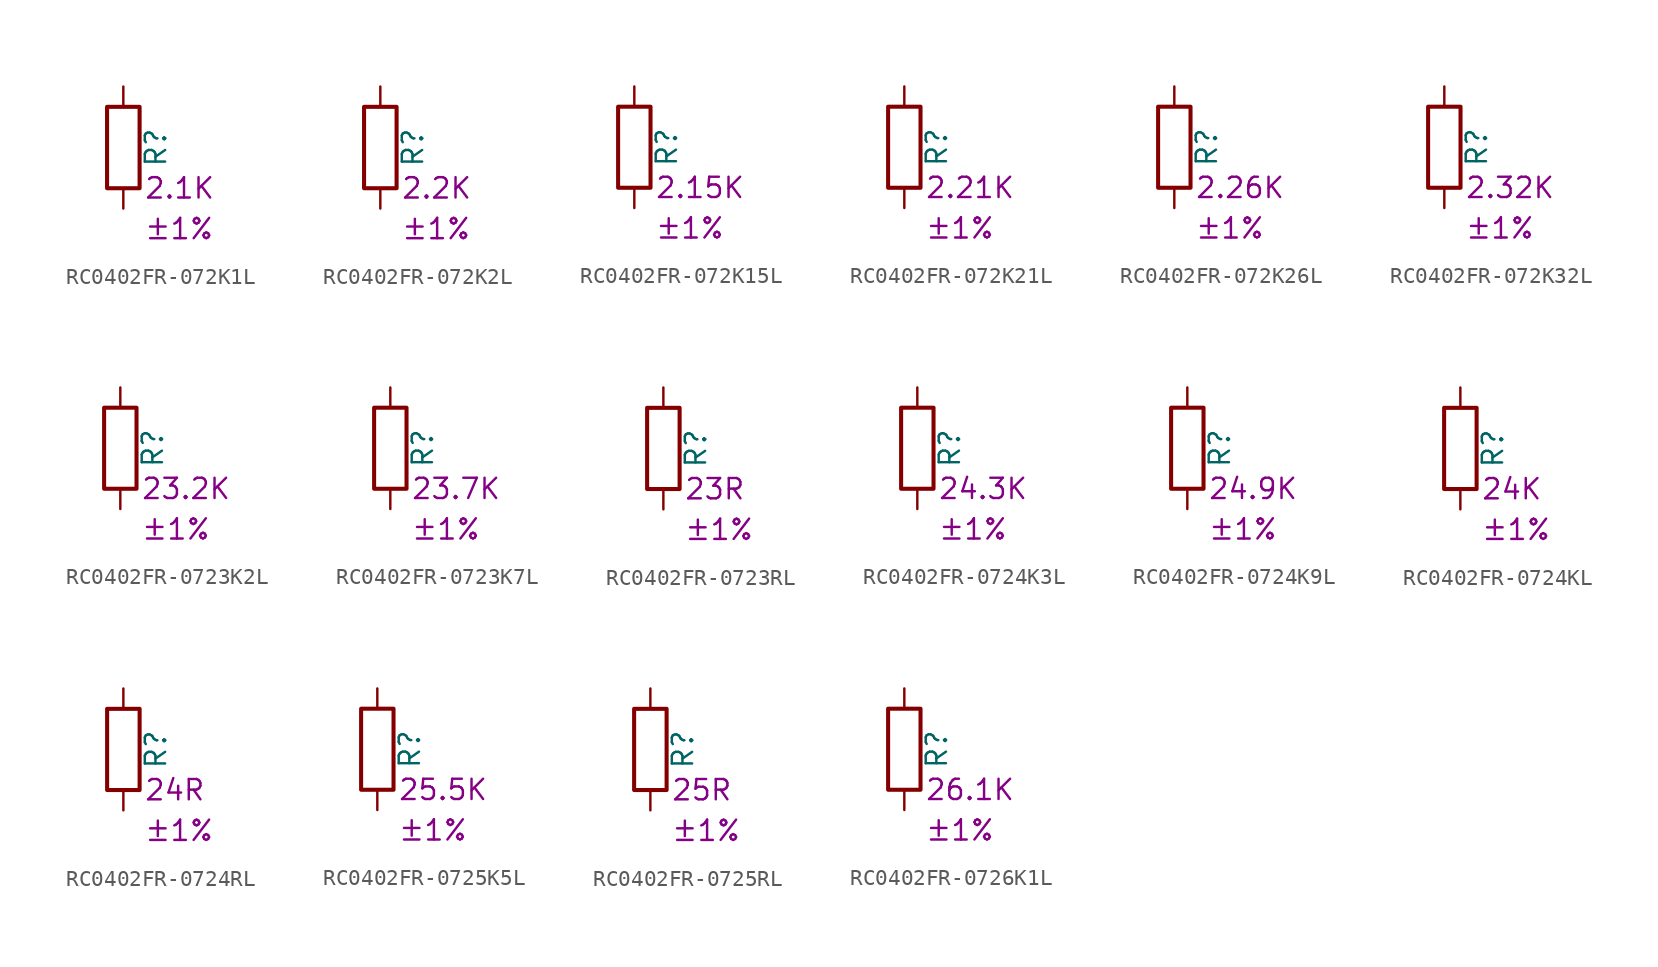
<source format=kicad_sym>
(kicad_symbol_lib
  (version 20220914)
  (generator kicad_symbol_editor)
  (symbol "RC0402FR-072K1L"
    (pin_numbers hide)
    (pin_names
      (offset 0))
    (property "Reference" "R"
      (at 2.032 0 90)
      (effects (font (size 1.27 1.27))))
    (property "Resistance" "2.1K"
      (at 1.27 -2.54 0)
      (effects (font (size 1.27 1.27)) (justify left)))
    (property "Tolerance" "±1%"
      (at 1.27 -5.08 0)
      (effects (font (size 1.27 1.27)) (justify left)))
    (symbol "RC0402FR-072K1L_0_1"
      (rectangle (start -1.016 -2.54) (end 1.016 2.54) (stroke (width 0.254) (type default)) (fill (type none))))
    (symbol "RC0402FR-072K1L_1_1"
      (pin passive line (at 0 3.81 270) (length 1.27) (name "~" (effects (font (size 1.27 1.27)))) (number "1" (effects (font (size 1.27 1.27)))))
      (pin passive line (at 0 -3.81 90) (length 1.27) (name "~" (effects (font (size 1.27 1.27)))) (number "2" (effects (font (size 1.27 1.27)))))))
  (symbol "RC0402FR-072K2L"
    (pin_numbers hide)
    (pin_names
      (offset 0))
    (property "Reference" "R"
      (at 2.032 0 90)
      (effects (font (size 1.27 1.27))))
    (property "Resistance" "2.2K"
      (at 1.27 -2.54 0)
      (effects (font (size 1.27 1.27)) (justify left)))
    (property "Tolerance" "±1%"
      (at 1.27 -5.08 0)
      (effects (font (size 1.27 1.27)) (justify left)))
    (symbol "RC0402FR-072K2L_0_1"
      (rectangle (start -1.016 -2.54) (end 1.016 2.54) (stroke (width 0.254) (type default)) (fill (type none))))
    (symbol "RC0402FR-072K2L_1_1"
      (pin passive line (at 0 3.81 270) (length 1.27) (name "~" (effects (font (size 1.27 1.27)))) (number "1" (effects (font (size 1.27 1.27)))))
      (pin passive line (at 0 -3.81 90) (length 1.27) (name "~" (effects (font (size 1.27 1.27)))) (number "2" (effects (font (size 1.27 1.27)))))))
  (symbol "RC0402FR-072K15L"
    (pin_numbers hide)
    (pin_names
      (offset 0))
    (property "Reference" "R"
      (at 2.032 0 90)
      (effects (font (size 1.27 1.27))))
    (property "Resistance" "2.15K"
      (at 1.27 -2.54 0)
      (effects (font (size 1.27 1.27)) (justify left)))
    (property "Tolerance" "±1%"
      (at 1.27 -5.08 0)
      (effects (font (size 1.27 1.27)) (justify left)))
    (symbol "RC0402FR-072K15L_0_1"
      (rectangle (start -1.016 -2.54) (end 1.016 2.54) (stroke (width 0.254) (type default)) (fill (type none))))
    (symbol "RC0402FR-072K15L_1_1"
      (pin passive line (at 0 3.81 270) (length 1.27) (name "~" (effects (font (size 1.27 1.27)))) (number "1" (effects (font (size 1.27 1.27)))))
      (pin passive line (at 0 -3.81 90) (length 1.27) (name "~" (effects (font (size 1.27 1.27)))) (number "2" (effects (font (size 1.27 1.27)))))))
  (symbol "RC0402FR-072K21L"
    (pin_numbers hide)
    (pin_names
      (offset 0))
    (property "Reference" "R"
      (at 2.032 0 90)
      (effects (font (size 1.27 1.27))))
    (property "Resistance" "2.21K"
      (at 1.27 -2.54 0)
      (effects (font (size 1.27 1.27)) (justify left)))
    (property "Tolerance" "±1%"
      (at 1.27 -5.08 0)
      (effects (font (size 1.27 1.27)) (justify left)))
    (symbol "RC0402FR-072K21L_0_1"
      (rectangle (start -1.016 -2.54) (end 1.016 2.54) (stroke (width 0.254) (type default)) (fill (type none))))
    (symbol "RC0402FR-072K21L_1_1"
      (pin passive line (at 0 3.81 270) (length 1.27) (name "~" (effects (font (size 1.27 1.27)))) (number "1" (effects (font (size 1.27 1.27)))))
      (pin passive line (at 0 -3.81 90) (length 1.27) (name "~" (effects (font (size 1.27 1.27)))) (number "2" (effects (font (size 1.27 1.27)))))))
  (symbol "RC0402FR-072K26L"
    (pin_numbers hide)
    (pin_names
      (offset 0))
    (property "Reference" "R"
      (at 2.032 0 90)
      (effects (font (size 1.27 1.27))))
    (property "Resistance" "2.26K"
      (at 1.27 -2.54 0)
      (effects (font (size 1.27 1.27)) (justify left)))
    (property "Tolerance" "±1%"
      (at 1.27 -5.08 0)
      (effects (font (size 1.27 1.27)) (justify left)))
    (symbol "RC0402FR-072K26L_0_1"
      (rectangle (start -1.016 -2.54) (end 1.016 2.54) (stroke (width 0.254) (type default)) (fill (type none))))
    (symbol "RC0402FR-072K26L_1_1"
      (pin passive line (at 0 3.81 270) (length 1.27) (name "~" (effects (font (size 1.27 1.27)))) (number "1" (effects (font (size 1.27 1.27)))))
      (pin passive line (at 0 -3.81 90) (length 1.27) (name "~" (effects (font (size 1.27 1.27)))) (number "2" (effects (font (size 1.27 1.27)))))))
  (symbol "RC0402FR-072K32L"
    (pin_numbers hide)
    (pin_names
      (offset 0))
    (property "Reference" "R"
      (at 2.032 0 90)
      (effects (font (size 1.27 1.27))))
    (property "Resistance" "2.32K"
      (at 1.27 -2.54 0)
      (effects (font (size 1.27 1.27)) (justify left)))
    (property "Tolerance" "±1%"
      (at 1.27 -5.08 0)
      (effects (font (size 1.27 1.27)) (justify left)))
    (symbol "RC0402FR-072K32L_0_1"
      (rectangle (start -1.016 -2.54) (end 1.016 2.54) (stroke (width 0.254) (type default)) (fill (type none))))
    (symbol "RC0402FR-072K32L_1_1"
      (pin passive line (at 0 3.81 270) (length 1.27) (name "~" (effects (font (size 1.27 1.27)))) (number "1" (effects (font (size 1.27 1.27)))))
      (pin passive line (at 0 -3.81 90) (length 1.27) (name "~" (effects (font (size 1.27 1.27)))) (number "2" (effects (font (size 1.27 1.27)))))))
  (symbol "RC0402FR-0723K2L"
    (pin_numbers hide)
    (pin_names
      (offset 0))
    (property "Reference" "R"
      (at 2.032 0 90)
      (effects (font (size 1.27 1.27))))
    (property "Resistance" "23.2K"
      (at 1.27 -2.54 0)
      (effects (font (size 1.27 1.27)) (justify left)))
    (property "Tolerance" "±1%"
      (at 1.27 -5.08 0)
      (effects (font (size 1.27 1.27)) (justify left)))
    (symbol "RC0402FR-0723K2L_0_1"
      (rectangle (start -1.016 -2.54) (end 1.016 2.54) (stroke (width 0.254) (type default)) (fill (type none))))
    (symbol "RC0402FR-0723K2L_1_1"
      (pin passive line (at 0 3.81 270) (length 1.27) (name "~" (effects (font (size 1.27 1.27)))) (number "1" (effects (font (size 1.27 1.27)))))
      (pin passive line (at 0 -3.81 90) (length 1.27) (name "~" (effects (font (size 1.27 1.27)))) (number "2" (effects (font (size 1.27 1.27)))))))
  (symbol "RC0402FR-0723K7L"
    (pin_numbers hide)
    (pin_names
      (offset 0))
    (property "Reference" "R"
      (at 2.032 0 90)
      (effects (font (size 1.27 1.27))))
    (property "Resistance" "23.7K"
      (at 1.27 -2.54 0)
      (effects (font (size 1.27 1.27)) (justify left)))
    (property "Tolerance" "±1%"
      (at 1.27 -5.08 0)
      (effects (font (size 1.27 1.27)) (justify left)))
    (symbol "RC0402FR-0723K7L_0_1"
      (rectangle (start -1.016 -2.54) (end 1.016 2.54) (stroke (width 0.254) (type default)) (fill (type none))))
    (symbol "RC0402FR-0723K7L_1_1"
      (pin passive line (at 0 3.81 270) (length 1.27) (name "~" (effects (font (size 1.27 1.27)))) (number "1" (effects (font (size 1.27 1.27)))))
      (pin passive line (at 0 -3.81 90) (length 1.27) (name "~" (effects (font (size 1.27 1.27)))) (number "2" (effects (font (size 1.27 1.27)))))))
  (symbol "RC0402FR-0723RL"
    (pin_numbers hide)
    (pin_names
      (offset 0))
    (property "Reference" "R"
      (at 2.032 0 90)
      (effects (font (size 1.27 1.27))))
    (property "Resistance" "23R"
      (at 1.27 -2.54 0)
      (effects (font (size 1.27 1.27)) (justify left)))
    (property "Tolerance" "±1%"
      (at 1.27 -5.08 0)
      (effects (font (size 1.27 1.27)) (justify left)))
    (symbol "RC0402FR-0723RL_0_1"
      (rectangle (start -1.016 -2.54) (end 1.016 2.54) (stroke (width 0.254) (type default)) (fill (type none))))
    (symbol "RC0402FR-0723RL_1_1"
      (pin passive line (at 0 3.81 270) (length 1.27) (name "~" (effects (font (size 1.27 1.27)))) (number "1" (effects (font (size 1.27 1.27)))))
      (pin passive line (at 0 -3.81 90) (length 1.27) (name "~" (effects (font (size 1.27 1.27)))) (number "2" (effects (font (size 1.27 1.27)))))))
  (symbol "RC0402FR-0724K3L"
    (pin_numbers hide)
    (pin_names
      (offset 0))
    (property "Reference" "R"
      (at 2.032 0 90)
      (effects (font (size 1.27 1.27))))
    (property "Resistance" "24.3K"
      (at 1.27 -2.54 0)
      (effects (font (size 1.27 1.27)) (justify left)))
    (property "Tolerance" "±1%"
      (at 1.27 -5.08 0)
      (effects (font (size 1.27 1.27)) (justify left)))
    (symbol "RC0402FR-0724K3L_0_1"
      (rectangle (start -1.016 -2.54) (end 1.016 2.54) (stroke (width 0.254) (type default)) (fill (type none))))
    (symbol "RC0402FR-0724K3L_1_1"
      (pin passive line (at 0 3.81 270) (length 1.27) (name "~" (effects (font (size 1.27 1.27)))) (number "1" (effects (font (size 1.27 1.27)))))
      (pin passive line (at 0 -3.81 90) (length 1.27) (name "~" (effects (font (size 1.27 1.27)))) (number "2" (effects (font (size 1.27 1.27)))))))
  (symbol "RC0402FR-0724K9L"
    (pin_numbers hide)
    (pin_names
      (offset 0))
    (property "Reference" "R"
      (at 2.032 0 90)
      (effects (font (size 1.27 1.27))))
    (property "Resistance" "24.9K"
      (at 1.27 -2.54 0)
      (effects (font (size 1.27 1.27)) (justify left)))
    (property "Tolerance" "±1%"
      (at 1.27 -5.08 0)
      (effects (font (size 1.27 1.27)) (justify left)))
    (symbol "RC0402FR-0724K9L_0_1"
      (rectangle (start -1.016 -2.54) (end 1.016 2.54) (stroke (width 0.254) (type default)) (fill (type none))))
    (symbol "RC0402FR-0724K9L_1_1"
      (pin passive line (at 0 3.81 270) (length 1.27) (name "~" (effects (font (size 1.27 1.27)))) (number "1" (effects (font (size 1.27 1.27)))))
      (pin passive line (at 0 -3.81 90) (length 1.27) (name "~" (effects (font (size 1.27 1.27)))) (number "2" (effects (font (size 1.27 1.27)))))))
  (symbol "RC0402FR-0724KL"
    (pin_numbers hide)
    (pin_names
      (offset 0))
    (property "Reference" "R"
      (at 2.032 0 90)
      (effects (font (size 1.27 1.27))))
    (property "Resistance" "24K"
      (at 1.27 -2.54 0)
      (effects (font (size 1.27 1.27)) (justify left)))
    (property "Tolerance" "±1%"
      (at 1.27 -5.08 0)
      (effects (font (size 1.27 1.27)) (justify left)))
    (symbol "RC0402FR-0724KL_0_1"
      (rectangle (start -1.016 -2.54) (end 1.016 2.54) (stroke (width 0.254) (type default)) (fill (type none))))
    (symbol "RC0402FR-0724KL_1_1"
      (pin passive line (at 0 3.81 270) (length 1.27) (name "~" (effects (font (size 1.27 1.27)))) (number "1" (effects (font (size 1.27 1.27)))))
      (pin passive line (at 0 -3.81 90) (length 1.27) (name "~" (effects (font (size 1.27 1.27)))) (number "2" (effects (font (size 1.27 1.27)))))))
  (symbol "RC0402FR-0724RL"
    (pin_numbers hide)
    (pin_names
      (offset 0))
    (property "Reference" "R"
      (at 2.032 0 90)
      (effects (font (size 1.27 1.27))))
    (property "Resistance" "24R"
      (at 1.27 -2.54 0)
      (effects (font (size 1.27 1.27)) (justify left)))
    (property "Tolerance" "±1%"
      (at 1.27 -5.08 0)
      (effects (font (size 1.27 1.27)) (justify left)))
    (symbol "RC0402FR-0724RL_0_1"
      (rectangle (start -1.016 -2.54) (end 1.016 2.54) (stroke (width 0.254) (type default)) (fill (type none))))
    (symbol "RC0402FR-0724RL_1_1"
      (pin passive line (at 0 3.81 270) (length 1.27) (name "~" (effects (font (size 1.27 1.27)))) (number "1" (effects (font (size 1.27 1.27)))))
      (pin passive line (at 0 -3.81 90) (length 1.27) (name "~" (effects (font (size 1.27 1.27)))) (number "2" (effects (font (size 1.27 1.27)))))))
  (symbol "RC0402FR-0725K5L"
    (pin_numbers hide)
    (pin_names
      (offset 0))
    (property "Reference" "R"
      (at 2.032 0 90)
      (effects (font (size 1.27 1.27))))
    (property "Resistance" "25.5K"
      (at 1.27 -2.54 0)
      (effects (font (size 1.27 1.27)) (justify left)))
    (property "Tolerance" "±1%"
      (at 1.27 -5.08 0)
      (effects (font (size 1.27 1.27)) (justify left)))
    (symbol "RC0402FR-0725K5L_0_1"
      (rectangle (start -1.016 -2.54) (end 1.016 2.54) (stroke (width 0.254) (type default)) (fill (type none))))
    (symbol "RC0402FR-0725K5L_1_1"
      (pin passive line (at 0 3.81 270) (length 1.27) (name "~" (effects (font (size 1.27 1.27)))) (number "1" (effects (font (size 1.27 1.27)))))
      (pin passive line (at 0 -3.81 90) (length 1.27) (name "~" (effects (font (size 1.27 1.27)))) (number "2" (effects (font (size 1.27 1.27)))))))
  (symbol "RC0402FR-0725RL"
    (pin_numbers hide)
    (pin_names
      (offset 0))
    (property "Reference" "R"
      (at 2.032 0 90)
      (effects (font (size 1.27 1.27))))
    (property "Resistance" "25R"
      (at 1.27 -2.54 0)
      (effects (font (size 1.27 1.27)) (justify left)))
    (property "Tolerance" "±1%"
      (at 1.27 -5.08 0)
      (effects (font (size 1.27 1.27)) (justify left)))
    (symbol "RC0402FR-0725RL_0_1"
      (rectangle (start -1.016 -2.54) (end 1.016 2.54) (stroke (width 0.254) (type default)) (fill (type none))))
    (symbol "RC0402FR-0725RL_1_1"
      (pin passive line (at 0 3.81 270) (length 1.27) (name "~" (effects (font (size 1.27 1.27)))) (number "1" (effects (font (size 1.27 1.27)))))
      (pin passive line (at 0 -3.81 90) (length 1.27) (name "~" (effects (font (size 1.27 1.27)))) (number "2" (effects (font (size 1.27 1.27)))))))
  (symbol "RC0402FR-0726K1L"
    (pin_numbers hide)
    (pin_names
      (offset 0))
    (property "Reference" "R"
      (at 2.032 0 90)
      (effects (font (size 1.27 1.27))))
    (property "Resistance" "26.1K"
      (at 1.27 -2.54 0)
      (effects (font (size 1.27 1.27)) (justify left)))
    (property "Tolerance" "±1%"
      (at 1.27 -5.08 0)
      (effects (font (size 1.27 1.27)) (justify left)))
    (symbol "RC0402FR-0726K1L_0_1"
      (rectangle (start -1.016 -2.54) (end 1.016 2.54) (stroke (width 0.254) (type default)) (fill (type none))))
    (symbol "RC0402FR-0726K1L_1_1"
      (pin passive line (at 0 3.81 270) (length 1.27) (name "~" (effects (font (size 1.27 1.27)))) (number "1" (effects (font (size 1.27 1.27)))))
      (pin passive line (at 0 -3.81 90) (length 1.27) (name "~" (effects (font (size 1.27 1.27)))) (number "2" (effects (font (size 1.27 1.27))))))))
</source>
